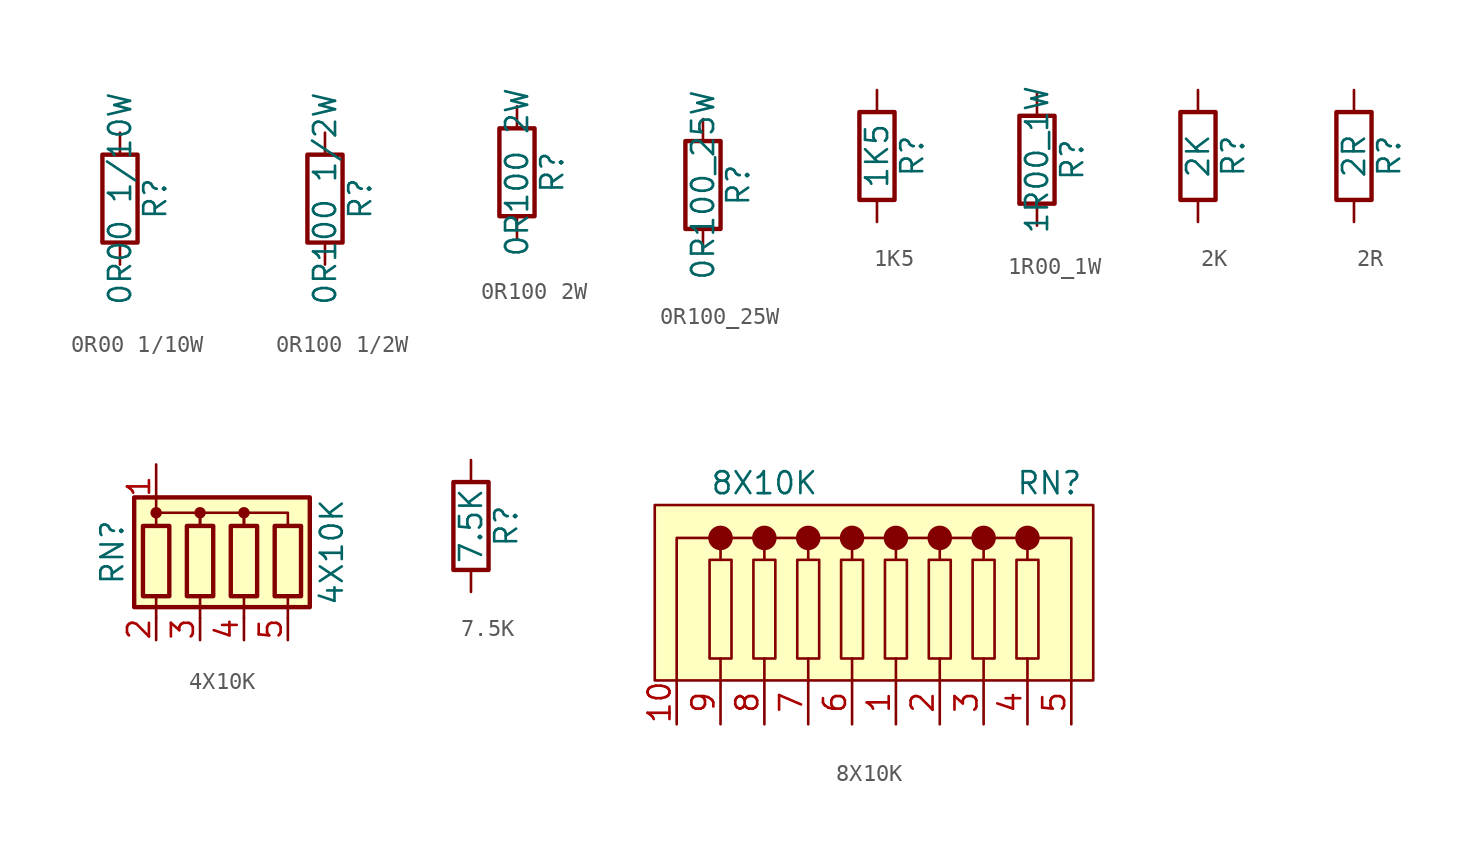
<source format=kicad_sym>
(kicad_symbol_lib
  (version 20231120)
  (generator "kicad_symbol_editor")
  (generator_version "8.0")
  (symbol "0R00 1/10W"
    (pin_numbers hide)
    (pin_names
      (offset 0))
    (property "Reference" "R"
      (at 2.032 0 90)
      (effects (font (size 1.27 1.27))))
    (property "Value" "0R00 1{slash}10W"
      (at 0 0 90)
      (effects (font (size 1.27 1.27))))
    (symbol "0R00 1/10W_0_1"
      (rectangle (start -1.016 -2.54) (end 1.016 2.54) (stroke (width 0.254) (type default)) (fill (type none))))
    (symbol "0R00 1/10W_1_1"
      (pin passive line (at 0 3.81 270) (length 1.27) (name "~" (effects (font (size 1.27 1.27)))) (number "1" (effects (font (size 1.27 1.27)))))
      (pin passive line (at 0 -3.81 90) (length 1.27) (name "~" (effects (font (size 1.27 1.27)))) (number "2" (effects (font (size 1.27 1.27)))))))
  (symbol "0R100 1/2W"
    (pin_numbers hide)
    (pin_names
      (offset 0))
    (property "Reference" "R"
      (at 2.032 0 90)
      (effects (font (size 1.27 1.27))))
    (property "Value" "0R100 1{slash}2W"
      (at 0 0 90)
      (effects (font (size 1.27 1.27))))
    (symbol "0R100 1/2W_0_1"
      (rectangle (start -1.016 -2.54) (end 1.016 2.54) (stroke (width 0.254) (type default)) (fill (type none))))
    (symbol "0R100 1/2W_1_1"
      (pin passive line (at 0 3.81 270) (length 1.27) (name "~" (effects (font (size 1.27 1.27)))) (number "1" (effects (font (size 1.27 1.27)))))
      (pin passive line (at 0 -3.81 90) (length 1.27) (name "~" (effects (font (size 1.27 1.27)))) (number "2" (effects (font (size 1.27 1.27)))))))
  (symbol "0R100 2W"
    (pin_numbers hide)
    (pin_names
      (offset 0))
    (property "Reference" "R"
      (at 2.032 0 90)
      (effects (font (size 1.27 1.27))))
    (property "Value" "0R100 2W"
      (at 0 0 90)
      (effects (font (size 1.27 1.27))))
    (symbol "0R100 2W_0_1"
      (rectangle (start -1.016 -2.54) (end 1.016 2.54) (stroke (width 0.254) (type default)) (fill (type none))))
    (symbol "0R100 2W_1_1"
      (pin passive line (at 0 3.81 270) (length 1.27) (name "~" (effects (font (size 1.27 1.27)))) (number "1" (effects (font (size 1.27 1.27)))))
      (pin passive line (at 0 -3.81 90) (length 1.27) (name "~" (effects (font (size 1.27 1.27)))) (number "2" (effects (font (size 1.27 1.27)))))))
  (symbol "0R100_25W"
    (pin_numbers hide)
    (pin_names
      (offset 0))
    (property "Reference" "R"
      (at 2.032 0 90)
      (effects (font (size 1.27 1.27))))
    (property "Value" "0R100_25W"
      (at 0 0 90)
      (effects (font (size 1.27 1.27))))
    (symbol "0R100_25W_0_1"
      (rectangle (start -1.016 -2.54) (end 1.016 2.54) (stroke (width 0.254) (type default)) (fill (type none))))
    (symbol "0R100_25W_1_1"
      (pin passive line (at 0 3.81 270) (length 1.27) (name "~" (effects (font (size 1.27 1.27)))) (number "1" (effects (font (size 1.27 1.27)))))
      (pin passive line (at 0 -3.81 90) (length 1.27) (name "~" (effects (font (size 1.27 1.27)))) (number "2" (effects (font (size 1.27 1.27)))))))
  (symbol "1K5"
    (pin_numbers hide)
    (pin_names
      (offset 0))
    (property "Reference" "R"
      (at 2.032 0 90)
      (effects (font (size 1.27 1.27))))
    (property "Value" "1K5"
      (at 0 0 90)
      (effects (font (size 1.27 1.27))))
    (symbol "1K5_0_1"
      (rectangle (start -1.016 -2.54) (end 1.016 2.54) (stroke (width 0.254) (type default)) (fill (type none))))
    (symbol "1K5_1_1"
      (pin passive line (at 0 3.81 270) (length 1.27) (name "~" (effects (font (size 1.27 1.27)))) (number "1" (effects (font (size 1.27 1.27)))))
      (pin passive line (at 0 -3.81 90) (length 1.27) (name "~" (effects (font (size 1.27 1.27)))) (number "2" (effects (font (size 1.27 1.27)))))))
  (symbol "1R00_1W"
    (pin_numbers hide)
    (pin_names
      (offset 0))
    (property "Reference" "R"
      (at 2.032 0 90)
      (effects (font (size 1.27 1.27))))
    (property "Value" "1R00_1W"
      (at 0 0 90)
      (effects (font (size 1.27 1.27))))
    (symbol "1R00_1W_0_1"
      (rectangle (start -1.016 -2.54) (end 1.016 2.54) (stroke (width 0.254) (type default)) (fill (type none))))
    (symbol "1R00_1W_1_1"
      (pin passive line (at 0 3.81 270) (length 1.27) (name "~" (effects (font (size 1.27 1.27)))) (number "1" (effects (font (size 1.27 1.27)))))
      (pin passive line (at 0 -3.81 90) (length 1.27) (name "~" (effects (font (size 1.27 1.27)))) (number "2" (effects (font (size 1.27 1.27)))))))
  (symbol "2K"
    (pin_numbers hide)
    (pin_names
      (offset 0))
    (property "Reference" "R"
      (at 2.032 0 90)
      (effects (font (size 1.27 1.27))))
    (property "Value" "2K"
      (at 0 0 90)
      (effects (font (size 1.27 1.27))))
    (symbol "2K_0_1"
      (rectangle (start -1.016 -2.54) (end 1.016 2.54) (stroke (width 0.254) (type default)) (fill (type none))))
    (symbol "2K_1_1"
      (pin passive line (at 0 3.81 270) (length 1.27) (name "~" (effects (font (size 1.27 1.27)))) (number "1" (effects (font (size 1.27 1.27)))))
      (pin passive line (at 0 -3.81 90) (length 1.27) (name "~" (effects (font (size 1.27 1.27)))) (number "2" (effects (font (size 1.27 1.27)))))))
  (symbol "2R"
    (pin_numbers hide)
    (pin_names
      (offset 0))
    (property "Reference" "R"
      (at 2.032 0 90)
      (effects (font (size 1.27 1.27))))
    (property "Value" "2R"
      (at 0 0 90)
      (effects (font (size 1.27 1.27))))
    (symbol "2R_0_1"
      (rectangle (start -1.016 -2.54) (end 1.016 2.54) (stroke (width 0.254) (type default)) (fill (type none))))
    (symbol "2R_1_1"
      (pin passive line (at 0 3.81 270) (length 1.27) (name "~" (effects (font (size 1.27 1.27)))) (number "1" (effects (font (size 1.27 1.27)))))
      (pin passive line (at 0 -3.81 90) (length 1.27) (name "~" (effects (font (size 1.27 1.27)))) (number "2" (effects (font (size 1.27 1.27)))))))
  (symbol "4X10K"
    (pin_names
      (offset 0) hide)
    (property "Reference" "RN"
      (at -7.62 0 90)
      (effects (font (size 1.27 1.27))))
    (property "Value" "4X10K"
      (at 5.08 0 90)
      (effects (font (size 1.27 1.27))))
    (symbol "4X10K_0_1"
      (rectangle (start -6.35 -3.175) (end 3.81 3.175) (stroke (width 0.254) (type default)) (fill (type background)))
      (rectangle (start -5.842 1.524) (end -4.318 -2.54) (stroke (width 0.254) (type default)) (fill (type none)))
      (circle (center -5.08 2.286) (radius 0.254) (stroke (width 0) (type default)) (fill (type outline)))
      (rectangle (start -3.302 1.524) (end -1.778 -2.54) (stroke (width 0.254) (type default)) (fill (type none)))
      (circle (center -2.54 2.286) (radius 0.254) (stroke (width 0) (type default)) (fill (type outline)))
      (rectangle (start -0.762 1.524) (end 0.762 -2.54) (stroke (width 0.254) (type default)) (fill (type none)))
      (polyline (pts (xy -5.08 -2.54) (xy -5.08 -3.81)) (stroke (width 0) (type default)) (fill (type none)))
      (polyline (pts (xy -2.54 -2.54) (xy -2.54 -3.81)) (stroke (width 0) (type default)) (fill (type none)))
      (polyline (pts (xy 0 -2.54) (xy 0 -3.81)) (stroke (width 0) (type default)) (fill (type none)))
      (polyline (pts (xy 2.54 -2.54) (xy 2.54 -3.81)) (stroke (width 0) (type default)) (fill (type none)))
      (polyline (pts (xy -5.08 1.524) (xy -5.08 2.286) (xy -2.54 2.286) (xy -2.54 1.524)) (stroke (width 0) (type default)) (fill (type none)))
      (polyline (pts (xy -2.54 1.524) (xy -2.54 2.286) (xy 0 2.286) (xy 0 1.524)) (stroke (width 0) (type default)) (fill (type none)))
      (polyline (pts (xy 0 1.524) (xy 0 2.286) (xy 2.54 2.286) (xy 2.54 1.524)) (stroke (width 0) (type default)) (fill (type none)))
      (circle (center 0 2.286) (radius 0.254) (stroke (width 0) (type default)) (fill (type outline)))
      (rectangle (start 1.778 1.524) (end 3.302 -2.54) (stroke (width 0.254) (type default)) (fill (type none))))
    (symbol "4X10K_1_1"
      (pin passive line (at -5.08 5.08 270) (length 2.54) (name "common" (effects (font (size 1.27 1.27)))) (number "1" (effects (font (size 1.27 1.27)))))
      (pin passive line (at -5.08 -5.08 90) (length 1.27) (name "R1" (effects (font (size 1.27 1.27)))) (number "2" (effects (font (size 1.27 1.27)))))
      (pin passive line (at -2.54 -5.08 90) (length 1.27) (name "R2" (effects (font (size 1.27 1.27)))) (number "3" (effects (font (size 1.27 1.27)))))
      (pin passive line (at 0 -5.08 90) (length 1.27) (name "R3" (effects (font (size 1.27 1.27)))) (number "4" (effects (font (size 1.27 1.27)))))
      (pin passive line (at 2.54 -5.08 90) (length 1.27) (name "R4" (effects (font (size 1.27 1.27)))) (number "5" (effects (font (size 1.27 1.27)))))))
  (symbol "7.5K"
    (pin_numbers hide)
    (pin_names
      (offset 0))
    (property "Reference" "R"
      (at 2.032 0 90)
      (effects (font (size 1.27 1.27))))
    (property "Value" "7.5K"
      (at 0 0 90)
      (effects (font (size 1.27 1.27))))
    (symbol "7.5K_0_1"
      (rectangle (start -1.016 -2.54) (end 1.016 2.54) (stroke (width 0.254) (type default)) (fill (type none))))
    (symbol "7.5K_1_1"
      (pin passive line (at 0 3.81 270) (length 1.27) (name "~" (effects (font (size 1.27 1.27)))) (number "1" (effects (font (size 1.27 1.27)))))
      (pin passive line (at 0 -3.81 90) (length 1.27) (name "~" (effects (font (size 1.27 1.27)))) (number "2" (effects (font (size 1.27 1.27)))))))
  (symbol "8X10K"
    (pin_names
      (offset 1.016))
    (property "Reference" "RN"
      (at 10.16 7.62 0)
      (effects (font (size 1.27 1.27))))
    (property "Value" "8X10K"
      (at -6.35 7.62 0)
      (effects (font (size 1.27 1.27))))
    (symbol "8X10K_0_0"
      (pin unspecified line (at -11.43 -6.35 90) (length 2.54) (name "~" (effects (font (size 1.27 1.27)))) (number "10" (effects (font (size 1.27 1.27)))))
      (pin unspecified line (at 3.81 -6.35 90) (length 2.54) (name "~" (effects (font (size 1.27 1.27)))) (number "2" (effects (font (size 1.27 1.27)))))
      (pin unspecified line (at 6.35 -6.35 90) (length 2.54) (name "~" (effects (font (size 1.27 1.27)))) (number "3" (effects (font (size 1.27 1.27)))))
      (pin unspecified line (at 8.89 -6.35 90) (length 2.54) (name "~" (effects (font (size 1.27 1.27)))) (number "4" (effects (font (size 1.27 1.27)))))
      (pin unspecified line (at 11.43 -6.35 90) (length 2.54) (name "~" (effects (font (size 1.27 1.27)))) (number "5" (effects (font (size 1.27 1.27)))))
      (pin unspecified line (at -1.27 -6.35 90) (length 2.54) (name "~" (effects (font (size 1.27 1.27)))) (number "6" (effects (font (size 1.27 1.27)))))
      (pin unspecified line (at -3.81 -6.35 90) (length 2.54) (name "~" (effects (font (size 1.27 1.27)))) (number "7" (effects (font (size 1.27 1.27)))))
      (pin unspecified line (at -6.35 -6.35 90) (length 2.54) (name "~" (effects (font (size 1.27 1.27)))) (number "8" (effects (font (size 1.27 1.27)))))
      (pin unspecified line (at -8.89 -6.35 90) (length 2.54) (name "~" (effects (font (size 1.27 1.27)))) (number "9" (effects (font (size 1.27 1.27))))))
    (symbol "8X10K_0_1"
      (rectangle (start -12.7 6.35) (end 12.7 -3.81) (stroke (width 0) (type default)) (fill (type background)))
      (rectangle (start -9.525 -2.54) (end -8.255 3.175) (stroke (width 0) (type default)) (fill (type none)))
      (circle (center -8.89 4.445) (radius 0.635) (stroke (width 0) (type default)) (fill (type outline)))
      (rectangle (start -6.985 3.175) (end -5.715 -2.54) (stroke (width 0) (type default)) (fill (type none)))
      (circle (center -6.35 4.445) (radius 0.635) (stroke (width 0) (type default)) (fill (type outline)))
      (rectangle (start -4.445 3.175) (end -3.175 -2.54) (stroke (width 0) (type default)) (fill (type none)))
      (circle (center -3.81 4.445) (radius 0.635) (stroke (width 0) (type default)) (fill (type outline)))
      (rectangle (start -1.905 -2.54) (end -0.635 3.175) (stroke (width 0) (type default)) (fill (type none)))
      (circle (center -1.27 4.445) (radius 0.635) (stroke (width 0) (type default)) (fill (type outline)))
      (polyline (pts (xy -8.89 -3.81) (xy -8.89 -2.54)) (stroke (width 0) (type default)) (fill (type none)))
      (polyline (pts (xy -8.89 3.175) (xy -8.89 4.445)) (stroke (width 0) (type default)) (fill (type none)))
      (polyline (pts (xy -6.35 -3.81) (xy -6.35 -2.54)) (stroke (width 0) (type default)) (fill (type none)))
      (polyline (pts (xy -6.35 3.175) (xy -6.35 4.445)) (stroke (width 0) (type default)) (fill (type none)))
      (polyline (pts (xy -3.81 -3.81) (xy -3.81 -2.54)) (stroke (width 0) (type default)) (fill (type none)))
      (polyline (pts (xy -3.81 3.175) (xy -3.81 4.445)) (stroke (width 0) (type default)) (fill (type none)))
      (polyline (pts (xy -1.27 -3.81) (xy -1.27 -2.54)) (stroke (width 0) (type default)) (fill (type none)))
      (polyline (pts (xy -1.27 3.175) (xy -1.27 4.445)) (stroke (width 0) (type default)) (fill (type none)))
      (polyline (pts (xy 1.27 -3.81) (xy 1.27 -2.54)) (stroke (width 0) (type default)) (fill (type none)))
      (polyline (pts (xy 1.27 3.175) (xy 1.27 4.445)) (stroke (width 0) (type default)) (fill (type none)))
      (polyline (pts (xy 3.81 -3.81) (xy 3.81 -2.54)) (stroke (width 0) (type default)) (fill (type none)))
      (polyline (pts (xy 3.81 3.175) (xy 3.81 4.445)) (stroke (width 0) (type default)) (fill (type none)))
      (polyline (pts (xy 6.35 -3.81) (xy 6.35 -2.54)) (stroke (width 0) (type default)) (fill (type none)))
      (polyline (pts (xy 6.35 3.175) (xy 6.35 4.445)) (stroke (width 0) (type default)) (fill (type none)))
      (polyline (pts (xy 8.89 -3.81) (xy 8.89 -2.54)) (stroke (width 0) (type default)) (fill (type none)))
      (polyline (pts (xy 8.89 3.175) (xy 8.89 4.445)) (stroke (width 0) (type default)) (fill (type none)))
      (polyline (pts (xy -11.43 -3.81) (xy -11.43 4.445) (xy 11.43 4.445) (xy 11.43 -3.81)) (stroke (width 0) (type default)) (fill (type none)))
      (rectangle (start 0.635 -2.54) (end 1.905 3.175) (stroke (width 0) (type default)) (fill (type none)))
      (circle (center 1.27 4.445) (radius 0.635) (stroke (width 0) (type default)) (fill (type outline)))
      (rectangle (start 3.175 -2.54) (end 4.445 3.175) (stroke (width 0) (type default)) (fill (type none)))
      (circle (center 3.81 4.445) (radius 0.635) (stroke (width 0) (type default)) (fill (type outline)))
      (rectangle (start 5.715 -2.54) (end 6.985 3.175) (stroke (width 0) (type default)) (fill (type none)))
      (circle (center 6.35 4.445) (radius 0.635) (stroke (width 0) (type default)) (fill (type outline)))
      (rectangle (start 8.255 -2.54) (end 9.525 3.175) (stroke (width 0) (type default)) (fill (type none)))
      (circle (center 8.89 4.445) (radius 0.635) (stroke (width 0) (type default)) (fill (type outline))))
    (symbol "8X10K_1_1"
      (pin input line (at 1.27 -6.35 90) (length 2.54) (name "~" (effects (font (size 1.27 1.27)))) (number "1" (effects (font (size 1.27 1.27))))))))
</source>
